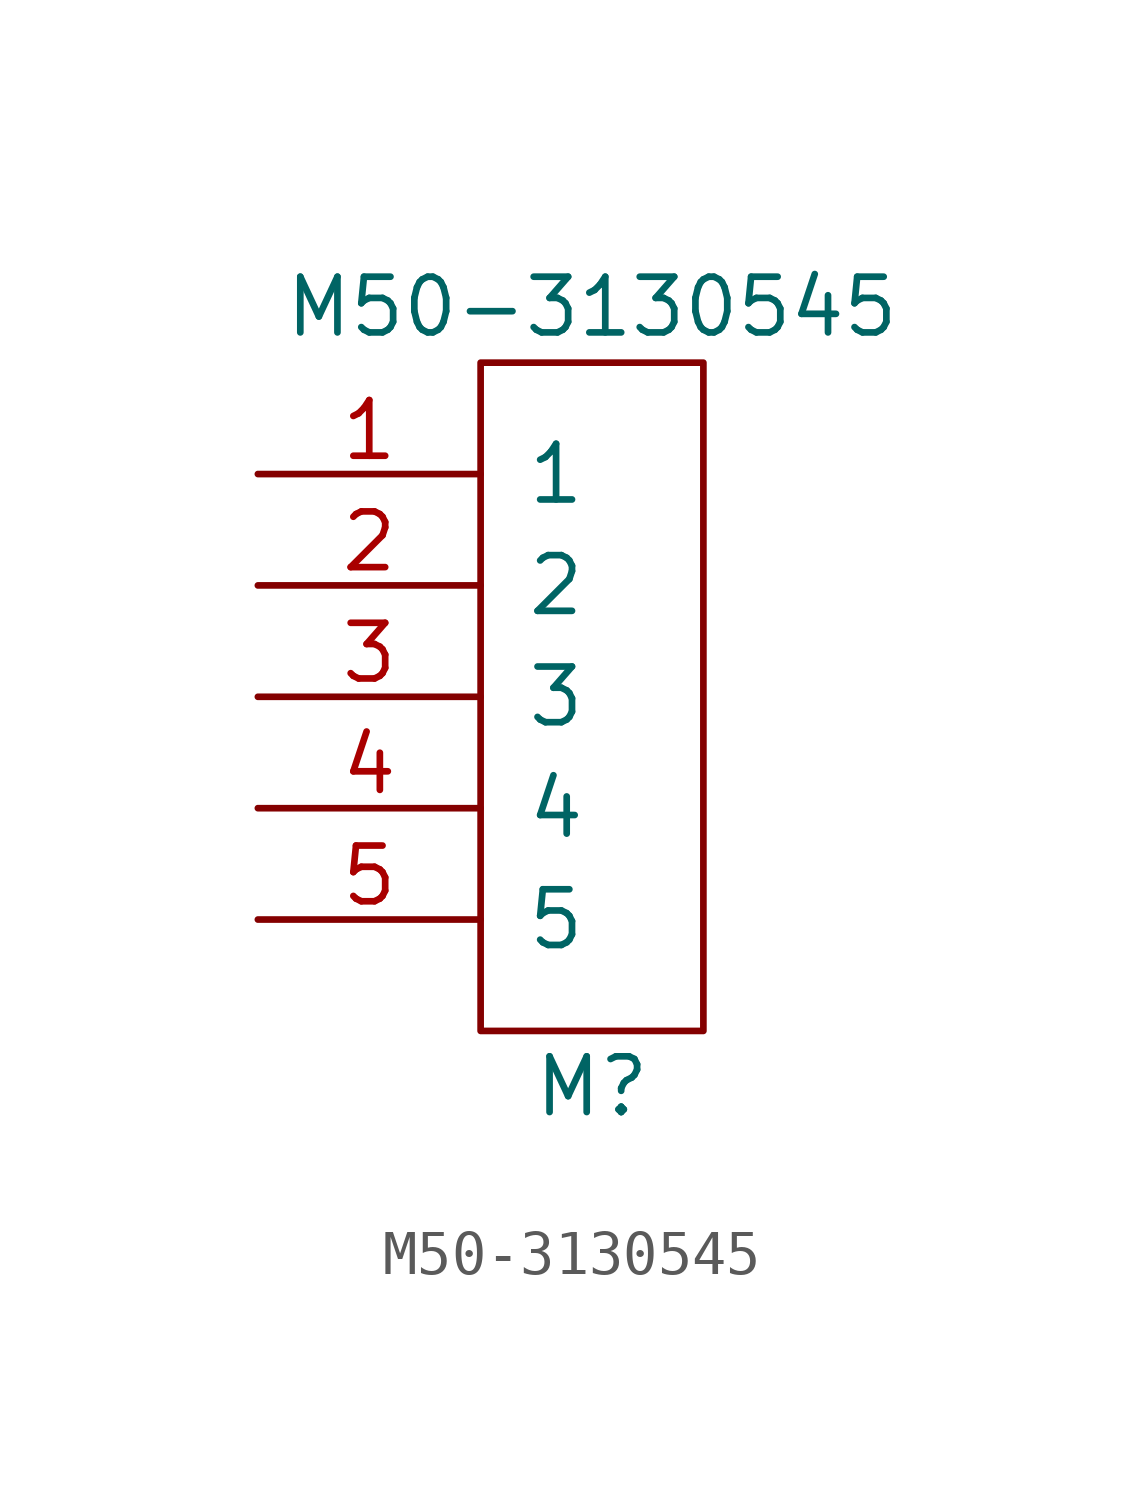
<source format=kicad_sym>
(kicad_symbol_lib
  (version 20211014)
  (generator kicad_symbol_editor)
  (symbol "M50-3130545"
    (pin_names
      (offset 1.016))
    (property "Reference" "M"
      (at 0 -8.89 0)
      (effects (font (size 1.27 1.27))))
    (property "Value" "M50-3130545"
      (at 0 8.89 0)
      (effects (font (size 1.27 1.27))))
    (symbol "M50-3130545_0_1"
      (rectangle (start -2.54 7.62) (end 2.54 -7.62) (stroke (width 0) (type default) (color 0 0 0 0)) (fill (type none))))
    (symbol "M50-3130545_1_1"
      (pin passive line (at -7.62 5.08 0) (length 5.08) (name "1" (effects (font (size 1.27 1.27)))) (number "1" (effects (font (size 1.27 1.27)))))
      (pin passive line (at -7.62 2.54 0) (length 5.08) (name "2" (effects (font (size 1.27 1.27)))) (number "2" (effects (font (size 1.27 1.27)))))
      (pin passive line (at -7.62 0 0) (length 5.08) (name "3" (effects (font (size 1.27 1.27)))) (number "3" (effects (font (size 1.27 1.27)))))
      (pin passive line (at -7.62 -2.54 0) (length 5.08) (name "4" (effects (font (size 1.27 1.27)))) (number "4" (effects (font (size 1.27 1.27)))))
      (pin passive line (at -7.62 -5.08 0) (length 5.08) (name "5" (effects (font (size 1.27 1.27)))) (number "5" (effects (font (size 1.27 1.27))))))))
</source>
